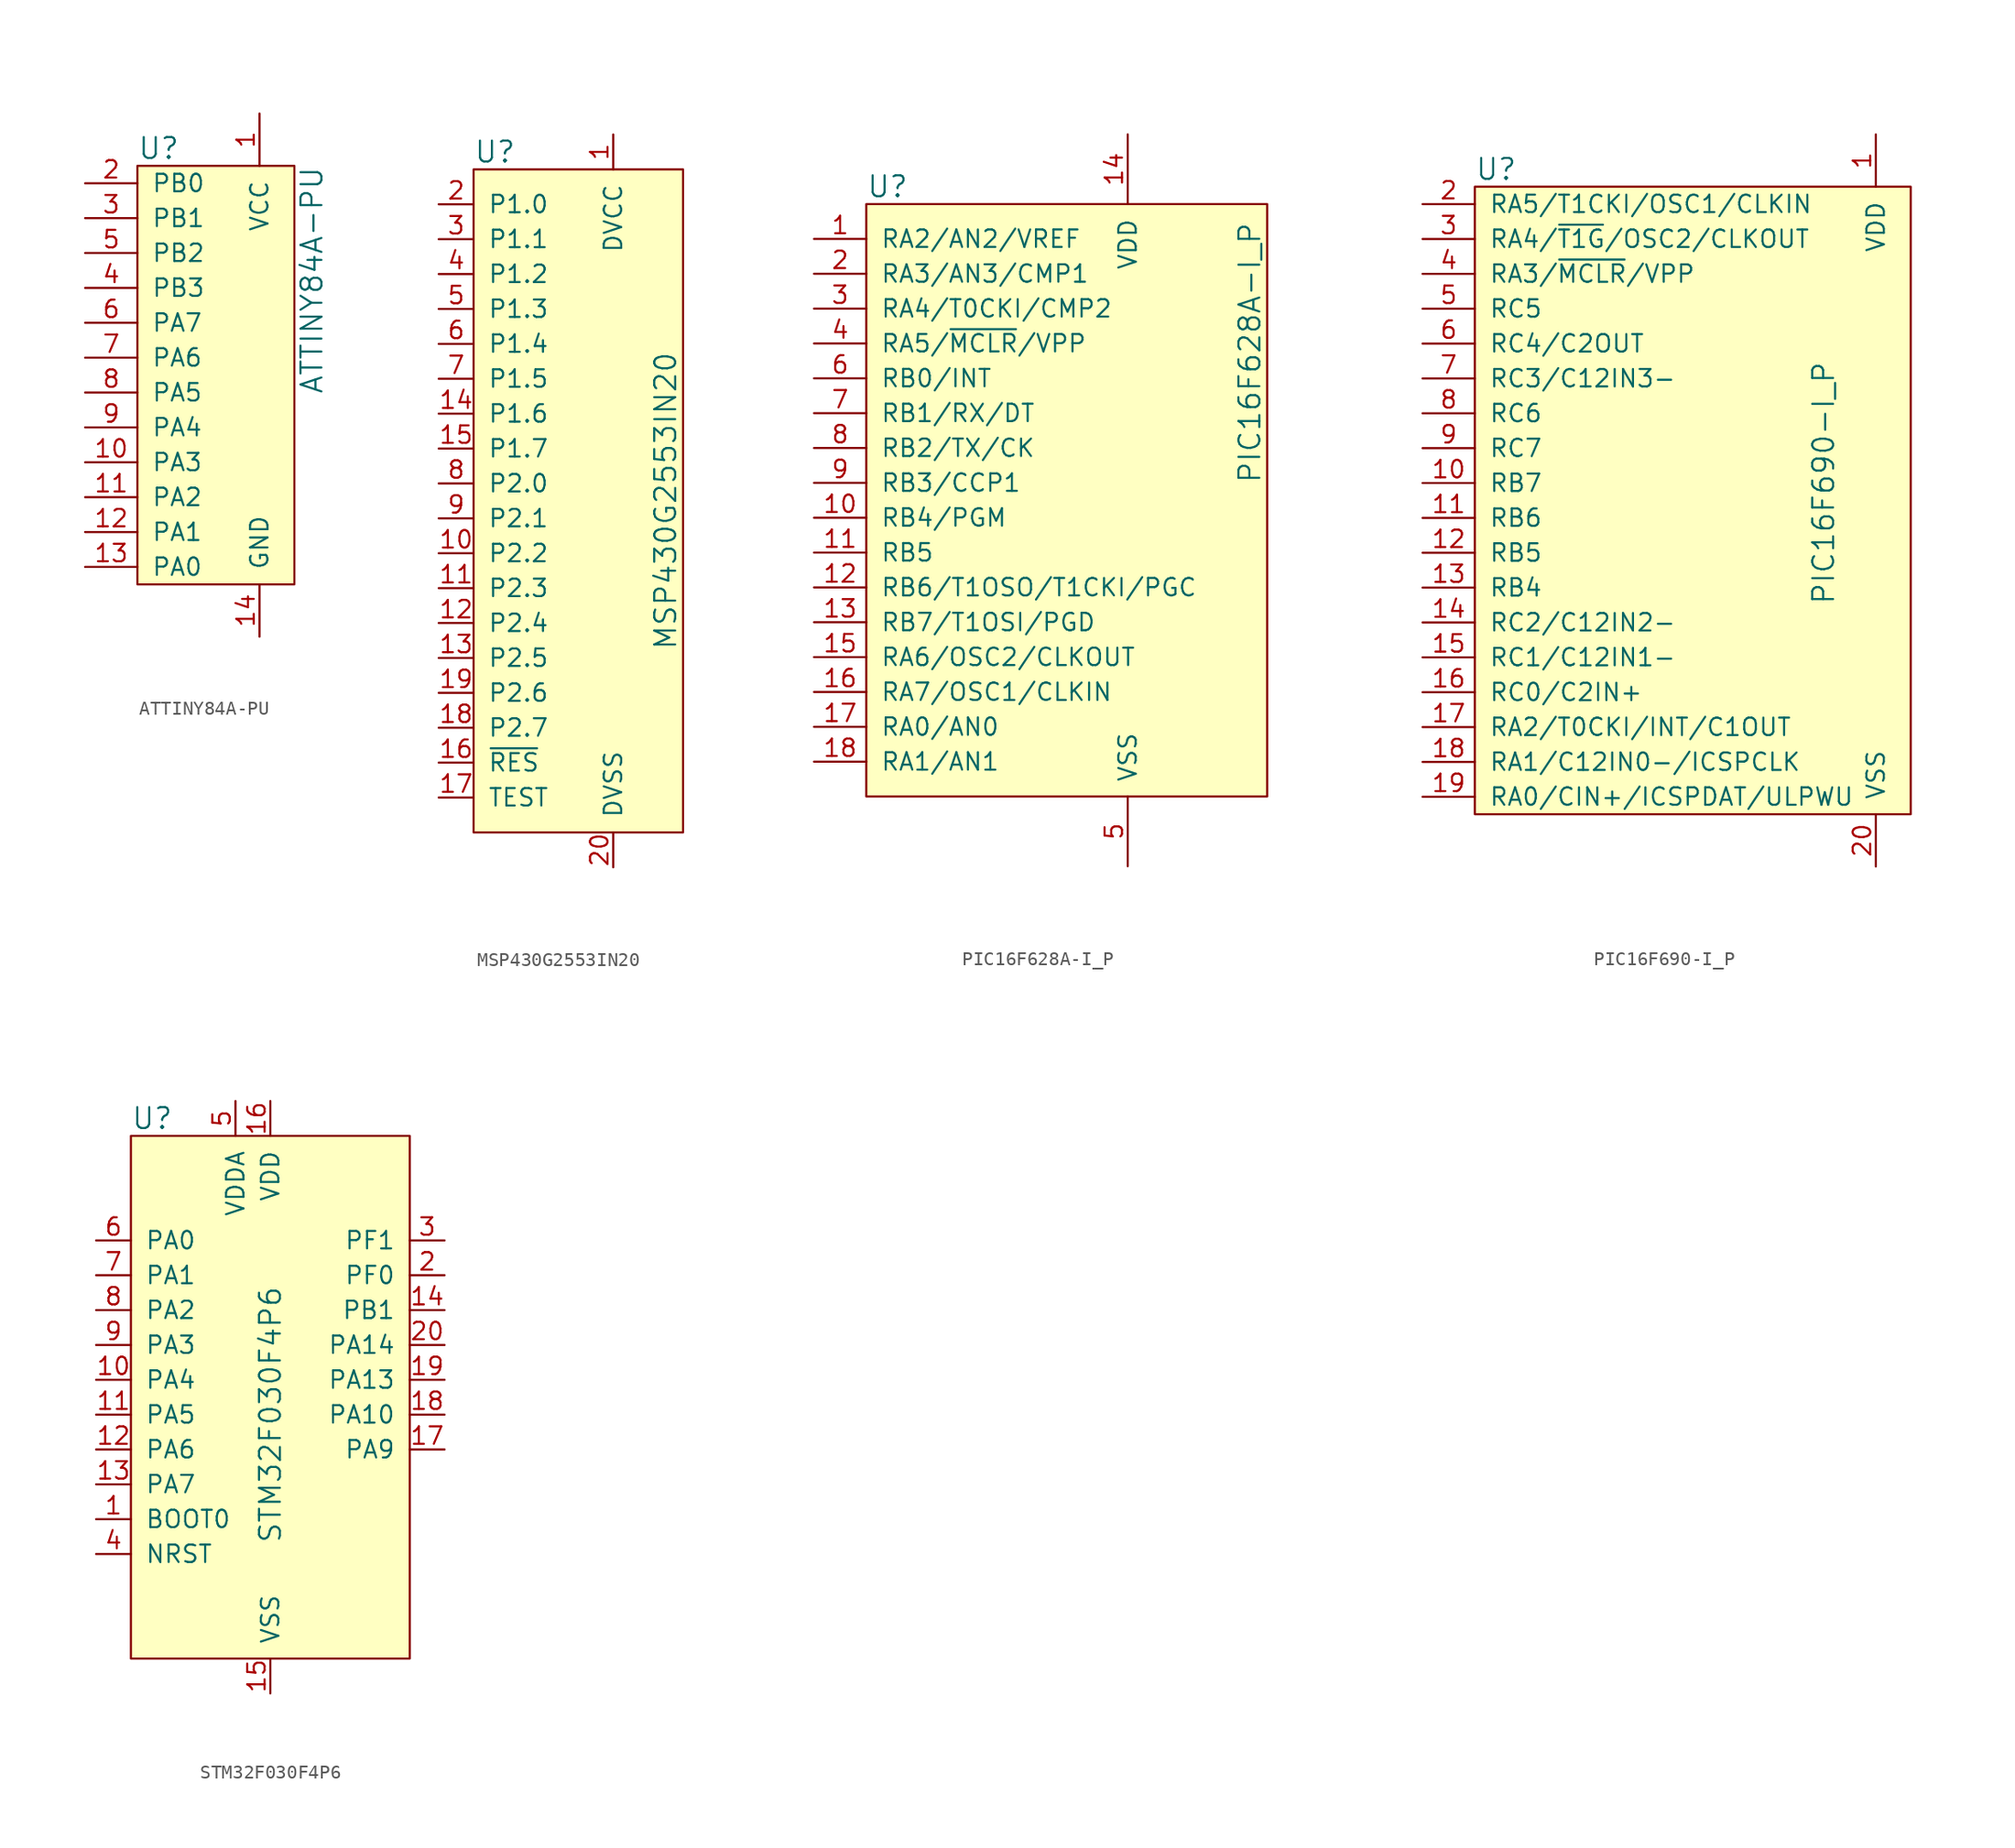
<source format=kicad_sym>
(kicad_symbol_lib
  (version 20231120)
  (generator "kicad_symbol_editor")
  (generator_version "8.0")
  (symbol "ATTINY84A-PU"
    (pin_names
      (offset 1.016))
    (property "Reference" "U"
      (at -6.35 12.7 0)
      (effects (font (size 1.524 1.524)) (justify left)))
    (property "Value" "ATTINY84A-PU"
      (at 6.35 11.43 90)
      (effects (font (size 1.524 1.524)) (justify right)))
    (symbol "ATTINY84A-PU_0_1"
      (rectangle (start -6.35 11.43) (end 5.08 -19.05) (stroke (width 0) (type default)) (fill (type background))))
    (symbol "ATTINY84A-PU_1_1"
      (pin power_in line (at 2.54 15.24 270) (length 3.81) (name "VCC" (effects (font (size 1.27 1.27)))) (number "1" (effects (font (size 1.27 1.27)))))
      (pin bidirectional line (at -10.16 -10.16 0) (length 3.81) (name "PA3" (effects (font (size 1.27 1.27)))) (number "10" (effects (font (size 1.27 1.27)))))
      (pin bidirectional line (at -10.16 -12.7 0) (length 3.81) (name "PA2" (effects (font (size 1.27 1.27)))) (number "11" (effects (font (size 1.27 1.27)))))
      (pin bidirectional line (at -10.16 -15.24 0) (length 3.81) (name "PA1" (effects (font (size 1.27 1.27)))) (number "12" (effects (font (size 1.27 1.27)))))
      (pin bidirectional line (at -10.16 -17.78 0) (length 3.81) (name "PA0" (effects (font (size 1.27 1.27)))) (number "13" (effects (font (size 1.27 1.27)))))
      (pin power_in line (at 2.54 -22.86 90) (length 3.81) (name "GND" (effects (font (size 1.27 1.27)))) (number "14" (effects (font (size 1.27 1.27)))))
      (pin bidirectional line (at -10.16 10.16 0) (length 3.81) (name "PB0" (effects (font (size 1.27 1.27)))) (number "2" (effects (font (size 1.27 1.27)))))
      (pin bidirectional line (at -10.16 7.62 0) (length 3.81) (name "PB1" (effects (font (size 1.27 1.27)))) (number "3" (effects (font (size 1.27 1.27)))))
      (pin bidirectional line (at -10.16 2.54 0) (length 3.81) (name "PB3" (effects (font (size 1.27 1.27)))) (number "4" (effects (font (size 1.27 1.27)))))
      (pin bidirectional line (at -10.16 5.08 0) (length 3.81) (name "PB2" (effects (font (size 1.27 1.27)))) (number "5" (effects (font (size 1.27 1.27)))))
      (pin bidirectional line (at -10.16 0 0) (length 3.81) (name "PA7" (effects (font (size 1.27 1.27)))) (number "6" (effects (font (size 1.27 1.27)))))
      (pin bidirectional line (at -10.16 -2.54 0) (length 3.81) (name "PA6" (effects (font (size 1.27 1.27)))) (number "7" (effects (font (size 1.27 1.27)))))
      (pin bidirectional line (at -10.16 -5.08 0) (length 3.81) (name "PA5" (effects (font (size 1.27 1.27)))) (number "8" (effects (font (size 1.27 1.27)))))
      (pin bidirectional line (at -10.16 -7.62 0) (length 3.81) (name "PA4" (effects (font (size 1.27 1.27)))) (number "9" (effects (font (size 1.27 1.27)))))))
  (symbol "MSP430G2553IN20"
    (pin_names
      (offset 1.016))
    (property "Reference" "U"
      (at -7.62 24.13 0)
      (effects (font (size 1.524 1.524)) (justify left)))
    (property "Value" "MSP430G2553IN20"
      (at 6.35 -1.27 90)
      (effects (font (size 1.524 1.524))))
    (symbol "MSP430G2553IN20_0_1"
      (rectangle (start -7.62 22.86) (end 7.62 -25.4) (stroke (width 0) (type default)) (fill (type background))))
    (symbol "MSP430G2553IN20_1_1"
      (pin power_in line (at 2.54 25.4 270) (length 2.54) (name "DVCC" (effects (font (size 1.27 1.27)))) (number "1" (effects (font (size 1.27 1.27)))))
      (pin bidirectional line (at -10.16 -5.08 0) (length 2.54) (name "P2.2" (effects (font (size 1.27 1.27)))) (number "10" (effects (font (size 1.27 1.27)))))
      (pin bidirectional line (at -10.16 -7.62 0) (length 2.54) (name "P2.3" (effects (font (size 1.27 1.27)))) (number "11" (effects (font (size 1.27 1.27)))))
      (pin bidirectional line (at -10.16 -10.16 0) (length 2.54) (name "P2.4" (effects (font (size 1.27 1.27)))) (number "12" (effects (font (size 1.27 1.27)))))
      (pin bidirectional line (at -10.16 -12.7 0) (length 2.54) (name "P2.5" (effects (font (size 1.27 1.27)))) (number "13" (effects (font (size 1.27 1.27)))))
      (pin bidirectional line (at -10.16 5.08 0) (length 2.54) (name "P1.6" (effects (font (size 1.27 1.27)))) (number "14" (effects (font (size 1.27 1.27)))))
      (pin bidirectional line (at -10.16 2.54 0) (length 2.54) (name "P1.7" (effects (font (size 1.27 1.27)))) (number "15" (effects (font (size 1.27 1.27)))))
      (pin input line (at -10.16 -20.32 0) (length 2.54) (name "~{RES}" (effects (font (size 1.27 1.27)))) (number "16" (effects (font (size 1.27 1.27)))))
      (pin input line (at -10.16 -22.86 0) (length 2.54) (name "TEST" (effects (font (size 1.27 1.27)))) (number "17" (effects (font (size 1.27 1.27)))))
      (pin bidirectional line (at -10.16 -17.78 0) (length 2.54) (name "P2.7" (effects (font (size 1.27 1.27)))) (number "18" (effects (font (size 1.27 1.27)))))
      (pin bidirectional line (at -10.16 -15.24 0) (length 2.54) (name "P2.6" (effects (font (size 1.27 1.27)))) (number "19" (effects (font (size 1.27 1.27)))))
      (pin bidirectional line (at -10.16 20.32 0) (length 2.54) (name "P1.0" (effects (font (size 1.27 1.27)))) (number "2" (effects (font (size 1.27 1.27)))))
      (pin power_in line (at 2.54 -27.94 90) (length 2.54) (name "DVSS" (effects (font (size 1.27 1.27)))) (number "20" (effects (font (size 1.27 1.27)))))
      (pin bidirectional line (at -10.16 17.78 0) (length 2.54) (name "P1.1" (effects (font (size 1.27 1.27)))) (number "3" (effects (font (size 1.27 1.27)))))
      (pin bidirectional line (at -10.16 15.24 0) (length 2.54) (name "P1.2" (effects (font (size 1.27 1.27)))) (number "4" (effects (font (size 1.27 1.27)))))
      (pin bidirectional line (at -10.16 12.7 0) (length 2.54) (name "P1.3" (effects (font (size 1.27 1.27)))) (number "5" (effects (font (size 1.27 1.27)))))
      (pin bidirectional line (at -10.16 10.16 0) (length 2.54) (name "P1.4" (effects (font (size 1.27 1.27)))) (number "6" (effects (font (size 1.27 1.27)))))
      (pin bidirectional line (at -10.16 7.62 0) (length 2.54) (name "P1.5" (effects (font (size 1.27 1.27)))) (number "7" (effects (font (size 1.27 1.27)))))
      (pin bidirectional line (at -10.16 0 0) (length 2.54) (name "P2.0" (effects (font (size 1.27 1.27)))) (number "8" (effects (font (size 1.27 1.27)))))
      (pin bidirectional line (at -10.16 -2.54 0) (length 2.54) (name "P2.1" (effects (font (size 1.27 1.27)))) (number "9" (effects (font (size 1.27 1.27)))))))
  (symbol "PIC16F628A-I_P"
    (pin_names
      (offset 1.016))
    (property "Reference" "U"
      (at -13.97 21.59 0)
      (effects (font (size 1.524 1.524)) (justify left)))
    (property "Value" "PIC16F628A-I_P"
      (at 13.97 19.05 90)
      (effects (font (size 1.524 1.524)) (justify right)))
    (symbol "PIC16F628A-I_P_0_1"
      (rectangle (start -13.97 20.32) (end 15.24 -22.86) (stroke (width 0) (type default)) (fill (type background))))
    (symbol "PIC16F628A-I_P_1_1"
      (pin bidirectional line (at -17.78 17.78 0) (length 3.81) (name "RA2/AN2/VREF" (effects (font (size 1.27 1.27)))) (number "1" (effects (font (size 1.27 1.27)))))
      (pin bidirectional line (at -17.78 -2.54 0) (length 3.81) (name "RB4/PGM" (effects (font (size 1.27 1.27)))) (number "10" (effects (font (size 1.27 1.27)))))
      (pin bidirectional line (at -17.78 -5.08 0) (length 3.81) (name "RB5" (effects (font (size 1.27 1.27)))) (number "11" (effects (font (size 1.27 1.27)))))
      (pin bidirectional line (at -17.78 -7.62 0) (length 3.81) (name "RB6/T1OSO/T1CKI/PGC" (effects (font (size 1.27 1.27)))) (number "12" (effects (font (size 1.27 1.27)))))
      (pin bidirectional line (at -17.78 -10.16 0) (length 3.81) (name "RB7/T1OSI/PGD" (effects (font (size 1.27 1.27)))) (number "13" (effects (font (size 1.27 1.27)))))
      (pin power_in line (at 5.08 25.4 270) (length 5.08) (name "VDD" (effects (font (size 1.27 1.27)))) (number "14" (effects (font (size 1.27 1.27)))))
      (pin bidirectional line (at -17.78 -12.7 0) (length 3.81) (name "RA6/OSC2/CLKOUT" (effects (font (size 1.27 1.27)))) (number "15" (effects (font (size 1.27 1.27)))))
      (pin bidirectional line (at -17.78 -15.24 0) (length 3.81) (name "RA7/OSC1/CLKIN" (effects (font (size 1.27 1.27)))) (number "16" (effects (font (size 1.27 1.27)))))
      (pin bidirectional line (at -17.78 -17.78 0) (length 3.81) (name "RA0/AN0" (effects (font (size 1.27 1.27)))) (number "17" (effects (font (size 1.27 1.27)))))
      (pin bidirectional line (at -17.78 -20.32 0) (length 3.81) (name "RA1/AN1" (effects (font (size 1.27 1.27)))) (number "18" (effects (font (size 1.27 1.27)))))
      (pin bidirectional line (at -17.78 15.24 0) (length 3.81) (name "RA3/AN3/CMP1" (effects (font (size 1.27 1.27)))) (number "2" (effects (font (size 1.27 1.27)))))
      (pin bidirectional line (at -17.78 12.7 0) (length 3.81) (name "RA4/T0CKI/CMP2" (effects (font (size 1.27 1.27)))) (number "3" (effects (font (size 1.27 1.27)))))
      (pin bidirectional line (at -17.78 10.16 0) (length 3.81) (name "RA5/~{MCLR}/VPP" (effects (font (size 1.27 1.27)))) (number "4" (effects (font (size 1.27 1.27)))))
      (pin power_in line (at 5.08 -27.94 90) (length 5.08) (name "VSS" (effects (font (size 1.27 1.27)))) (number "5" (effects (font (size 1.27 1.27)))))
      (pin bidirectional line (at -17.78 7.62 0) (length 3.81) (name "RB0/INT" (effects (font (size 1.27 1.27)))) (number "6" (effects (font (size 1.27 1.27)))))
      (pin bidirectional line (at -17.78 5.08 0) (length 3.81) (name "RB1/RX/DT" (effects (font (size 1.27 1.27)))) (number "7" (effects (font (size 1.27 1.27)))))
      (pin bidirectional line (at -17.78 2.54 0) (length 3.81) (name "RB2/TX/CK" (effects (font (size 1.27 1.27)))) (number "8" (effects (font (size 1.27 1.27)))))
      (pin bidirectional line (at -17.78 0 0) (length 3.81) (name "RB3/CCP1" (effects (font (size 1.27 1.27)))) (number "9" (effects (font (size 1.27 1.27)))))))
  (symbol "PIC16F690-I_P"
    (pin_names
      (offset 1.016))
    (property "Reference" "U"
      (at -16.51 22.86 0)
      (effects (font (size 1.524 1.524)) (justify left)))
    (property "Value" "PIC16F690-I_P"
      (at 8.89 0 90)
      (effects (font (size 1.524 1.524))))
    (symbol "PIC16F690-I_P_0_1"
      (rectangle (start -16.51 21.59) (end 15.24 -24.13) (stroke (width 0) (type default)) (fill (type background))))
    (symbol "PIC16F690-I_P_1_1"
      (pin power_in line (at 12.7 25.4 270) (length 3.81) (name "VDD" (effects (font (size 1.27 1.27)))) (number "1" (effects (font (size 1.27 1.27)))))
      (pin bidirectional line (at -20.32 0 0) (length 3.81) (name "RB7" (effects (font (size 1.27 1.27)))) (number "10" (effects (font (size 1.27 1.27)))))
      (pin bidirectional line (at -20.32 -2.54 0) (length 3.81) (name "RB6" (effects (font (size 1.27 1.27)))) (number "11" (effects (font (size 1.27 1.27)))))
      (pin bidirectional line (at -20.32 -5.08 0) (length 3.81) (name "RB5" (effects (font (size 1.27 1.27)))) (number "12" (effects (font (size 1.27 1.27)))))
      (pin bidirectional line (at -20.32 -7.62 0) (length 3.81) (name "RB4" (effects (font (size 1.27 1.27)))) (number "13" (effects (font (size 1.27 1.27)))))
      (pin bidirectional line (at -20.32 -10.16 0) (length 3.81) (name "RC2/C12IN2-" (effects (font (size 1.27 1.27)))) (number "14" (effects (font (size 1.27 1.27)))))
      (pin bidirectional line (at -20.32 -12.7 0) (length 3.81) (name "RC1/C12IN1-" (effects (font (size 1.27 1.27)))) (number "15" (effects (font (size 1.27 1.27)))))
      (pin bidirectional line (at -20.32 -15.24 0) (length 3.81) (name "RC0/C2IN+" (effects (font (size 1.27 1.27)))) (number "16" (effects (font (size 1.27 1.27)))))
      (pin bidirectional line (at -20.32 -17.78 0) (length 3.81) (name "RA2/T0CKI/INT/C1OUT" (effects (font (size 1.27 1.27)))) (number "17" (effects (font (size 1.27 1.27)))))
      (pin bidirectional line (at -20.32 -20.32 0) (length 3.81) (name "RA1/C12IN0-/ICSPCLK" (effects (font (size 1.27 1.27)))) (number "18" (effects (font (size 1.27 1.27)))))
      (pin bidirectional line (at -20.32 -22.86 0) (length 3.81) (name "RA0/CIN+/ICSPDAT/ULPWU" (effects (font (size 1.27 1.27)))) (number "19" (effects (font (size 1.27 1.27)))))
      (pin bidirectional line (at -20.32 20.32 0) (length 3.81) (name "RA5/T1CKI/OSC1/CLKIN" (effects (font (size 1.27 1.27)))) (number "2" (effects (font (size 1.27 1.27)))))
      (pin power_in line (at 12.7 -27.94 90) (length 3.81) (name "VSS" (effects (font (size 1.27 1.27)))) (number "20" (effects (font (size 1.27 1.27)))))
      (pin bidirectional line (at -20.32 17.78 0) (length 3.81) (name "RA4/~{T1G}/OSC2/CLKOUT" (effects (font (size 1.27 1.27)))) (number "3" (effects (font (size 1.27 1.27)))))
      (pin input line (at -20.32 15.24 0) (length 3.81) (name "RA3/~{MCLR}/VPP" (effects (font (size 1.27 1.27)))) (number "4" (effects (font (size 1.27 1.27)))))
      (pin bidirectional line (at -20.32 12.7 0) (length 3.81) (name "RC5" (effects (font (size 1.27 1.27)))) (number "5" (effects (font (size 1.27 1.27)))))
      (pin bidirectional line (at -20.32 10.16 0) (length 3.81) (name "RC4/C2OUT" (effects (font (size 1.27 1.27)))) (number "6" (effects (font (size 1.27 1.27)))))
      (pin bidirectional line (at -20.32 7.62 0) (length 3.81) (name "RC3/C12IN3-" (effects (font (size 1.27 1.27)))) (number "7" (effects (font (size 1.27 1.27)))))
      (pin bidirectional line (at -20.32 5.08 0) (length 3.81) (name "RC6" (effects (font (size 1.27 1.27)))) (number "8" (effects (font (size 1.27 1.27)))))
      (pin bidirectional line (at -20.32 2.54 0) (length 3.81) (name "RC7" (effects (font (size 1.27 1.27)))) (number "9" (effects (font (size 1.27 1.27)))))))
  (symbol "STM32F030F4P6"
    (pin_names
      (offset 1.016))
    (property "Reference" "U"
      (at -7.62 11.43 0)
      (effects (font (size 1.524 1.524)) (justify left)))
    (property "Value" "STM32F030F4P6"
      (at 2.54 -10.16 90)
      (effects (font (size 1.524 1.524))))
    (symbol "STM32F030F4P6_0_1"
      (rectangle (start -7.62 10.16) (end 12.7 -27.94) (stroke (width 0) (type default)) (fill (type background))))
    (symbol "STM32F030F4P6_1_1"
      (pin input line (at -10.16 -17.78 0) (length 2.54) (name "BOOT0" (effects (font (size 1.27 1.27)))) (number "1" (effects (font (size 1.27 1.27)))))
      (pin bidirectional line (at -10.16 -7.62 0) (length 2.54) (name "PA4" (effects (font (size 1.27 1.27)))) (number "10" (effects (font (size 1.27 1.27)))))
      (pin bidirectional line (at -10.16 -10.16 0) (length 2.54) (name "PA5" (effects (font (size 1.27 1.27)))) (number "11" (effects (font (size 1.27 1.27)))))
      (pin bidirectional line (at -10.16 -12.7 0) (length 2.54) (name "PA6" (effects (font (size 1.27 1.27)))) (number "12" (effects (font (size 1.27 1.27)))))
      (pin bidirectional line (at -10.16 -15.24 0) (length 2.54) (name "PA7" (effects (font (size 1.27 1.27)))) (number "13" (effects (font (size 1.27 1.27)))))
      (pin bidirectional line (at 15.24 -2.54 180) (length 2.54) (name "PB1" (effects (font (size 1.27 1.27)))) (number "14" (effects (font (size 1.27 1.27)))))
      (pin power_in line (at 2.54 -30.48 90) (length 2.54) (name "VSS" (effects (font (size 1.27 1.27)))) (number "15" (effects (font (size 1.27 1.27)))))
      (pin power_in line (at 2.54 12.7 270) (length 2.54) (name "VDD" (effects (font (size 1.27 1.27)))) (number "16" (effects (font (size 1.27 1.27)))))
      (pin bidirectional line (at 15.24 -12.7 180) (length 2.54) (name "PA9" (effects (font (size 1.27 1.27)))) (number "17" (effects (font (size 1.27 1.27)))))
      (pin bidirectional line (at 15.24 -10.16 180) (length 2.54) (name "PA10" (effects (font (size 1.27 1.27)))) (number "18" (effects (font (size 1.27 1.27)))))
      (pin bidirectional line (at 15.24 -7.62 180) (length 2.54) (name "PA13" (effects (font (size 1.27 1.27)))) (number "19" (effects (font (size 1.27 1.27)))))
      (pin bidirectional line (at 15.24 0 180) (length 2.54) (name "PF0" (effects (font (size 1.27 1.27)))) (number "2" (effects (font (size 1.27 1.27)))))
      (pin bidirectional line (at 15.24 -5.08 180) (length 2.54) (name "PA14" (effects (font (size 1.27 1.27)))) (number "20" (effects (font (size 1.27 1.27)))))
      (pin bidirectional line (at 15.24 2.54 180) (length 2.54) (name "PF1" (effects (font (size 1.27 1.27)))) (number "3" (effects (font (size 1.27 1.27)))))
      (pin bidirectional line (at -10.16 -20.32 0) (length 2.54) (name "NRST" (effects (font (size 1.27 1.27)))) (number "4" (effects (font (size 1.27 1.27)))))
      (pin power_in line (at 0 12.7 270) (length 2.54) (name "VDDA" (effects (font (size 1.27 1.27)))) (number "5" (effects (font (size 1.27 1.27)))))
      (pin bidirectional line (at -10.16 2.54 0) (length 2.54) (name "PA0" (effects (font (size 1.27 1.27)))) (number "6" (effects (font (size 1.27 1.27)))))
      (pin bidirectional line (at -10.16 0 0) (length 2.54) (name "PA1" (effects (font (size 1.27 1.27)))) (number "7" (effects (font (size 1.27 1.27)))))
      (pin bidirectional line (at -10.16 -2.54 0) (length 2.54) (name "PA2" (effects (font (size 1.27 1.27)))) (number "8" (effects (font (size 1.27 1.27)))))
      (pin bidirectional line (at -10.16 -5.08 0) (length 2.54) (name "PA3" (effects (font (size 1.27 1.27)))) (number "9" (effects (font (size 1.27 1.27))))))))
</source>
